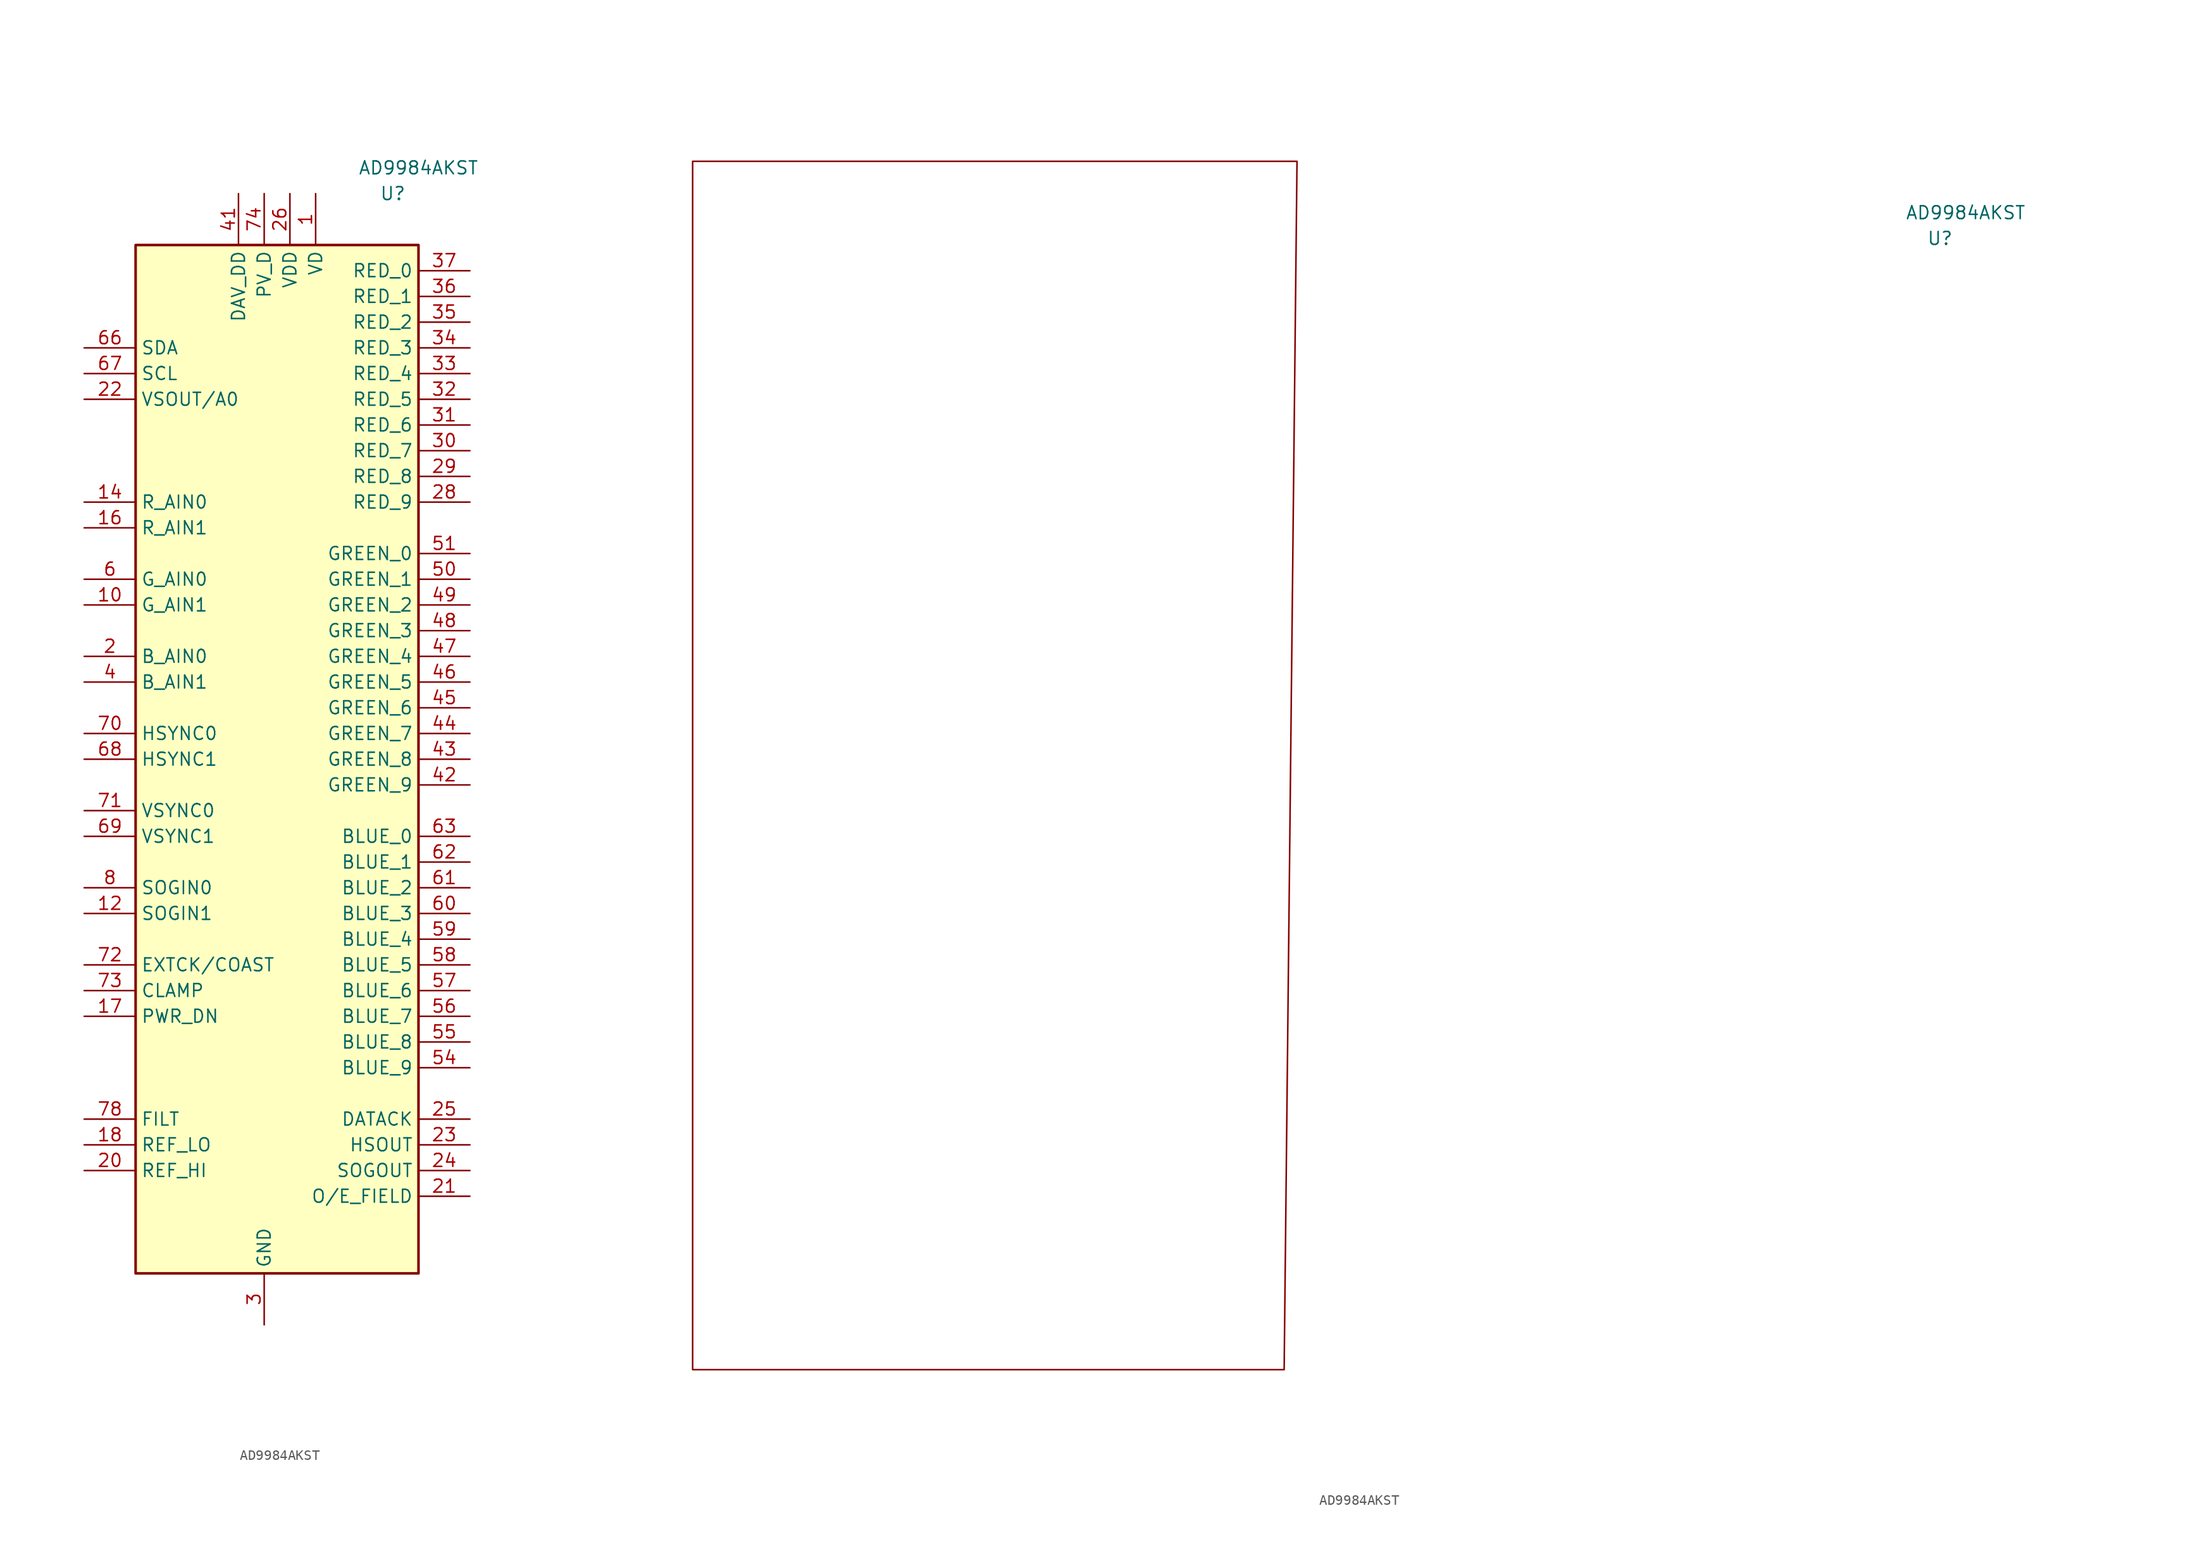
<source format=kicad_sym>
(kicad_symbol_lib
  (version 20211014)
  (generator kicad_symbol_editor)
  (symbol "AD9984AKST"
    (property "Reference" "U"
      (at 10.16 55.88 0)
      (effects (font (size 1.27 1.27))))
    (property "Value" "AD9984AKST"
      (at 12.7 58.42 0)
      (effects (font (size 1.27 1.27))))
    (symbol "AD9984AKST_0_1"
      (rectangle (start 12.7 50.8) (end -15.24 -50.8) (stroke (width 0.254) (type default) (color 0 0 0 0)) (fill (type background))))
    (symbol "AD9984AKST_0_2"
      (polyline (pts (xy -113.03 -55.88) (xy -54.61 -55.88) (xy -53.34 63.5) (xy -113.03 63.5) (xy -113.03 -55.88)) (stroke (width 0) (type default) (color 0 0 0 0)) (fill (type none))))
    (symbol "AD9984AKST_1_1"
      (pin power_in line (at 2.54 55.88 270) (length 5.08) (name "VD" (effects (font (size 1.27 1.27)))) (number "1" (effects (font (size 1.27 1.27)))))
      (pin input line (at -20.32 15.24 0) (length 5.08) (name "G_AIN1" (effects (font (size 1.27 1.27)))) (number "10" (effects (font (size 1.27 1.27)))))
      (pin passive line (at -2.54 -55.88 90) (length 5.08) hide (name "GND" (effects (font (size 1.27 1.27)))) (number "11" (effects (font (size 1.27 1.27)))))
      (pin input line (at -20.32 -15.24 0) (length 5.08) (name "SOGIN1" (effects (font (size 1.27 1.27)))) (number "12" (effects (font (size 1.27 1.27)))))
      (pin passive line (at 2.54 55.88 270) (length 5.08) hide (name "VD" (effects (font (size 1.27 1.27)))) (number "13" (effects (font (size 1.27 1.27)))))
      (pin input line (at -20.32 25.4 0) (length 5.08) (name "R_AIN0" (effects (font (size 1.27 1.27)))) (number "14" (effects (font (size 1.27 1.27)))))
      (pin passive line (at -2.54 -55.88 90) (length 5.08) hide (name "GND" (effects (font (size 1.27 1.27)))) (number "15" (effects (font (size 1.27 1.27)))))
      (pin input line (at -20.32 22.86 0) (length 5.08) (name "R_AIN1" (effects (font (size 1.27 1.27)))) (number "16" (effects (font (size 1.27 1.27)))))
      (pin input line (at -20.32 -25.4 0) (length 5.08) (name "PWR_DN" (effects (font (size 1.27 1.27)))) (number "17" (effects (font (size 1.27 1.27)))))
      (pin input line (at -20.32 -38.1 0) (length 5.08) (name "REF_LO" (effects (font (size 1.27 1.27)))) (number "18" (effects (font (size 1.27 1.27)))))
      (pin no_connect line (at 12.7 -48.26 180) (length 5.08) hide (name "NC" (effects (font (size 1.27 1.27)))) (number "19" (effects (font (size 1.27 1.27)))))
      (pin input line (at -20.32 10.16 0) (length 5.08) (name "B_AIN0" (effects (font (size 1.27 1.27)))) (number "2" (effects (font (size 1.27 1.27)))))
      (pin input line (at -20.32 -40.64 0) (length 5.08) (name "REF_HI" (effects (font (size 1.27 1.27)))) (number "20" (effects (font (size 1.27 1.27)))))
      (pin output line (at 17.78 -43.18 180) (length 5.08) (name "O/E_FIELD" (effects (font (size 1.27 1.27)))) (number "21" (effects (font (size 1.27 1.27)))))
      (pin bidirectional line (at -20.32 35.56 0) (length 5.08) (name "VSOUT/A0" (effects (font (size 1.27 1.27)))) (number "22" (effects (font (size 1.27 1.27)))))
      (pin output line (at 17.78 -38.1 180) (length 5.08) (name "HSOUT" (effects (font (size 1.27 1.27)))) (number "23" (effects (font (size 1.27 1.27)))))
      (pin output line (at 17.78 -40.64 180) (length 5.08) (name "SOGOUT" (effects (font (size 1.27 1.27)))) (number "24" (effects (font (size 1.27 1.27)))))
      (pin output line (at 17.78 -35.56 180) (length 5.08) (name "DATACK" (effects (font (size 1.27 1.27)))) (number "25" (effects (font (size 1.27 1.27)))))
      (pin power_in line (at 0 55.88 270) (length 5.08) (name "VDD" (effects (font (size 1.27 1.27)))) (number "26" (effects (font (size 1.27 1.27)))))
      (pin passive line (at -2.54 -55.88 90) (length 5.08) hide (name "GND" (effects (font (size 1.27 1.27)))) (number "27" (effects (font (size 1.27 1.27)))))
      (pin output line (at 17.78 25.4 180) (length 5.08) (name "RED_9" (effects (font (size 1.27 1.27)))) (number "28" (effects (font (size 1.27 1.27)))))
      (pin output line (at 17.78 27.94 180) (length 5.08) (name "RED_8" (effects (font (size 1.27 1.27)))) (number "29" (effects (font (size 1.27 1.27)))))
      (pin power_in line (at -2.54 -55.88 90) (length 5.08) (name "GND" (effects (font (size 1.27 1.27)))) (number "3" (effects (font (size 1.27 1.27)))))
      (pin output line (at 17.78 30.48 180) (length 5.08) (name "RED_7" (effects (font (size 1.27 1.27)))) (number "30" (effects (font (size 1.27 1.27)))))
      (pin output line (at 17.78 33.02 180) (length 5.08) (name "RED_6" (effects (font (size 1.27 1.27)))) (number "31" (effects (font (size 1.27 1.27)))))
      (pin output line (at 17.78 35.56 180) (length 5.08) (name "RED_5" (effects (font (size 1.27 1.27)))) (number "32" (effects (font (size 1.27 1.27)))))
      (pin output line (at 17.78 38.1 180) (length 5.08) (name "RED_4" (effects (font (size 1.27 1.27)))) (number "33" (effects (font (size 1.27 1.27)))))
      (pin output line (at 17.78 40.64 180) (length 5.08) (name "RED_3" (effects (font (size 1.27 1.27)))) (number "34" (effects (font (size 1.27 1.27)))))
      (pin output line (at 17.78 43.18 180) (length 5.08) (name "RED_2" (effects (font (size 1.27 1.27)))) (number "35" (effects (font (size 1.27 1.27)))))
      (pin output line (at 17.78 45.72 180) (length 5.08) (name "RED_1" (effects (font (size 1.27 1.27)))) (number "36" (effects (font (size 1.27 1.27)))))
      (pin output line (at 17.78 48.26 180) (length 5.08) (name "RED_0" (effects (font (size 1.27 1.27)))) (number "37" (effects (font (size 1.27 1.27)))))
      (pin passive line (at 0 55.88 270) (length 5.08) hide (name "VDD" (effects (font (size 1.27 1.27)))) (number "38" (effects (font (size 1.27 1.27)))))
      (pin passive line (at -2.54 -55.88 90) (length 5.08) hide (name "GND" (effects (font (size 1.27 1.27)))) (number "39" (effects (font (size 1.27 1.27)))))
      (pin input line (at -20.32 7.62 0) (length 5.08) (name "B_AIN1" (effects (font (size 1.27 1.27)))) (number "4" (effects (font (size 1.27 1.27)))))
      (pin passive line (at -2.54 -55.88 90) (length 5.08) hide (name "GND" (effects (font (size 1.27 1.27)))) (number "40" (effects (font (size 1.27 1.27)))))
      (pin power_in line (at -5.08 55.88 270) (length 5.08) (name "DAV_DD" (effects (font (size 1.27 1.27)))) (number "41" (effects (font (size 1.27 1.27)))))
      (pin output line (at 17.78 -2.54 180) (length 5.08) (name "GREEN_9" (effects (font (size 1.27 1.27)))) (number "42" (effects (font (size 1.27 1.27)))))
      (pin output line (at 17.78 0 180) (length 5.08) (name "GREEN_8" (effects (font (size 1.27 1.27)))) (number "43" (effects (font (size 1.27 1.27)))))
      (pin output line (at 17.78 2.54 180) (length 5.08) (name "GREEN_7" (effects (font (size 1.27 1.27)))) (number "44" (effects (font (size 1.27 1.27)))))
      (pin output line (at 17.78 5.08 180) (length 5.08) (name "GREEN_6" (effects (font (size 1.27 1.27)))) (number "45" (effects (font (size 1.27 1.27)))))
      (pin output line (at 17.78 7.62 180) (length 5.08) (name "GREEN_5" (effects (font (size 1.27 1.27)))) (number "46" (effects (font (size 1.27 1.27)))))
      (pin output line (at 17.78 10.16 180) (length 5.08) (name "GREEN_4" (effects (font (size 1.27 1.27)))) (number "47" (effects (font (size 1.27 1.27)))))
      (pin output line (at 17.78 12.7 180) (length 5.08) (name "GREEN_3" (effects (font (size 1.27 1.27)))) (number "48" (effects (font (size 1.27 1.27)))))
      (pin output line (at 17.78 15.24 180) (length 5.08) (name "GREEN_2" (effects (font (size 1.27 1.27)))) (number "49" (effects (font (size 1.27 1.27)))))
      (pin passive line (at 2.54 55.88 270) (length 5.08) hide (name "VD" (effects (font (size 1.27 1.27)))) (number "5" (effects (font (size 1.27 1.27)))))
      (pin output line (at 17.78 17.78 180) (length 5.08) (name "GREEN_1" (effects (font (size 1.27 1.27)))) (number "50" (effects (font (size 1.27 1.27)))))
      (pin output line (at 17.78 20.32 180) (length 5.08) (name "GREEN_0" (effects (font (size 1.27 1.27)))) (number "51" (effects (font (size 1.27 1.27)))))
      (pin passive line (at 0 55.88 270) (length 5.08) hide (name "VDD" (effects (font (size 1.27 1.27)))) (number "52" (effects (font (size 1.27 1.27)))))
      (pin passive line (at -2.54 -55.88 90) (length 5.08) hide (name "GND" (effects (font (size 1.27 1.27)))) (number "53" (effects (font (size 1.27 1.27)))))
      (pin output line (at 17.78 -30.48 180) (length 5.08) (name "BLUE_9" (effects (font (size 1.27 1.27)))) (number "54" (effects (font (size 1.27 1.27)))))
      (pin output line (at 17.78 -27.94 180) (length 5.08) (name "BLUE_8" (effects (font (size 1.27 1.27)))) (number "55" (effects (font (size 1.27 1.27)))))
      (pin output line (at 17.78 -25.4 180) (length 5.08) (name "BLUE_7" (effects (font (size 1.27 1.27)))) (number "56" (effects (font (size 1.27 1.27)))))
      (pin output line (at 17.78 -22.86 180) (length 5.08) (name "BLUE_6" (effects (font (size 1.27 1.27)))) (number "57" (effects (font (size 1.27 1.27)))))
      (pin output line (at 17.78 -20.32 180) (length 5.08) (name "BLUE_5" (effects (font (size 1.27 1.27)))) (number "58" (effects (font (size 1.27 1.27)))))
      (pin output line (at 17.78 -17.78 180) (length 5.08) (name "BLUE_4" (effects (font (size 1.27 1.27)))) (number "59" (effects (font (size 1.27 1.27)))))
      (pin input line (at -20.32 17.78 0) (length 5.08) (name "G_AIN0" (effects (font (size 1.27 1.27)))) (number "6" (effects (font (size 1.27 1.27)))))
      (pin output line (at 17.78 -15.24 180) (length 5.08) (name "BLUE_3" (effects (font (size 1.27 1.27)))) (number "60" (effects (font (size 1.27 1.27)))))
      (pin output line (at 17.78 -12.7 180) (length 5.08) (name "BLUE_2" (effects (font (size 1.27 1.27)))) (number "61" (effects (font (size 1.27 1.27)))))
      (pin output line (at 17.78 -10.16 180) (length 5.08) (name "BLUE_1" (effects (font (size 1.27 1.27)))) (number "62" (effects (font (size 1.27 1.27)))))
      (pin output line (at 17.78 -7.62 180) (length 5.08) (name "BLUE_0" (effects (font (size 1.27 1.27)))) (number "63" (effects (font (size 1.27 1.27)))))
      (pin passive line (at 0 55.88 270) (length 5.08) hide (name "VDD" (effects (font (size 1.27 1.27)))) (number "64" (effects (font (size 1.27 1.27)))))
      (pin passive line (at -2.54 -55.88 90) (length 5.08) hide (name "GND" (effects (font (size 1.27 1.27)))) (number "65" (effects (font (size 1.27 1.27)))))
      (pin bidirectional line (at -20.32 40.64 0) (length 5.08) (name "SDA" (effects (font (size 1.27 1.27)))) (number "66" (effects (font (size 1.27 1.27)))))
      (pin input line (at -20.32 38.1 0) (length 5.08) (name "SCL" (effects (font (size 1.27 1.27)))) (number "67" (effects (font (size 1.27 1.27)))))
      (pin input line (at -20.32 0 0) (length 5.08) (name "HSYNC1" (effects (font (size 1.27 1.27)))) (number "68" (effects (font (size 1.27 1.27)))))
      (pin input line (at -20.32 -7.62 0) (length 5.08) (name "VSYNC1" (effects (font (size 1.27 1.27)))) (number "69" (effects (font (size 1.27 1.27)))))
      (pin passive line (at -2.54 -55.88 90) (length 5.08) hide (name "GND" (effects (font (size 1.27 1.27)))) (number "7" (effects (font (size 1.27 1.27)))))
      (pin input line (at -20.32 2.54 0) (length 5.08) (name "HSYNC0" (effects (font (size 1.27 1.27)))) (number "70" (effects (font (size 1.27 1.27)))))
      (pin input line (at -20.32 -5.08 0) (length 5.08) (name "VSYNC0" (effects (font (size 1.27 1.27)))) (number "71" (effects (font (size 1.27 1.27)))))
      (pin input line (at -20.32 -20.32 0) (length 5.08) (name "EXTCK/COAST" (effects (font (size 1.27 1.27)))) (number "72" (effects (font (size 1.27 1.27)))))
      (pin input line (at -20.32 -22.86 0) (length 5.08) (name "CLAMP" (effects (font (size 1.27 1.27)))) (number "73" (effects (font (size 1.27 1.27)))))
      (pin power_in line (at -2.54 55.88 270) (length 5.08) (name "PV_D" (effects (font (size 1.27 1.27)))) (number "74" (effects (font (size 1.27 1.27)))))
      (pin passive line (at -2.54 -55.88 90) (length 5.08) hide (name "GND" (effects (font (size 1.27 1.27)))) (number "75" (effects (font (size 1.27 1.27)))))
      (pin passive line (at -2.54 55.88 270) (length 5.08) hide (name "PV_D" (effects (font (size 1.27 1.27)))) (number "76" (effects (font (size 1.27 1.27)))))
      (pin passive line (at -2.54 -55.88 90) (length 5.08) hide (name "GND" (effects (font (size 1.27 1.27)))) (number "77" (effects (font (size 1.27 1.27)))))
      (pin input line (at -20.32 -35.56 0) (length 5.08) (name "FILT" (effects (font (size 1.27 1.27)))) (number "78" (effects (font (size 1.27 1.27)))))
      (pin passive line (at -2.54 55.88 270) (length 5.08) hide (name "PV_D" (effects (font (size 1.27 1.27)))) (number "79" (effects (font (size 1.27 1.27)))))
      (pin input line (at -20.32 -12.7 0) (length 5.08) (name "SOGIN0" (effects (font (size 1.27 1.27)))) (number "8" (effects (font (size 1.27 1.27)))))
      (pin passive line (at -2.54 -55.88 90) (length 5.08) hide (name "GND" (effects (font (size 1.27 1.27)))) (number "80" (effects (font (size 1.27 1.27)))))
      (pin passive line (at 2.54 55.88 270) (length 5.08) hide (name "VD" (effects (font (size 1.27 1.27)))) (number "9" (effects (font (size 1.27 1.27))))))))
</source>
